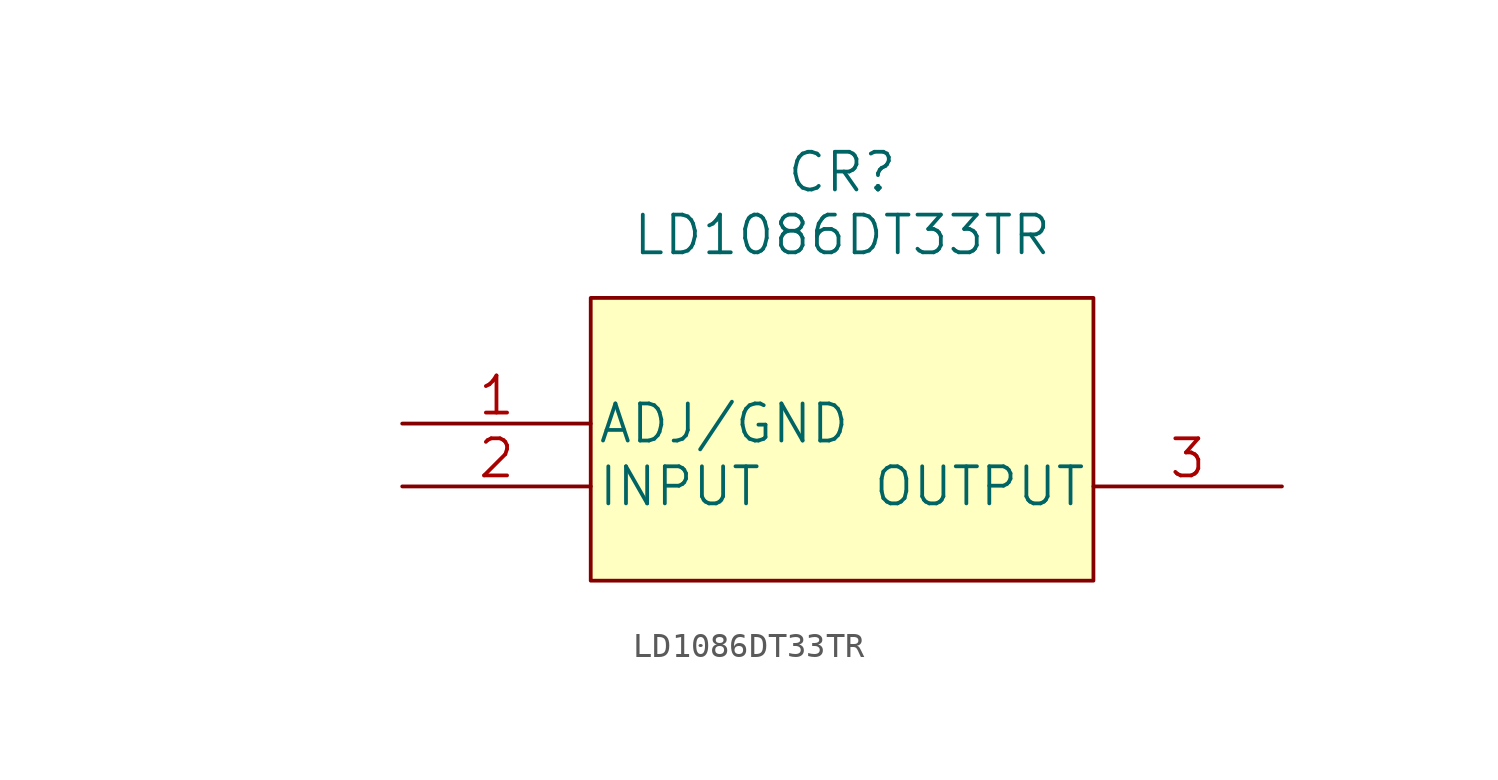
<source format=kicad_sym>
(kicad_symbol_lib
  (version 20211014)
  (generator kicad_symbol_editor)
  (symbol "LD1086DT33TR"
    (pin_names
      (offset 0.254))
    (property "Reference" "CR"
      (at 25.4 10.16 0)
      (effects (font (size 1.524 1.524))))
    (property "Value" "LD1086DT33TR"
      (at 25.4 7.62 0)
      (effects (font (size 1.524 1.524))))
    (property "Datasheet" ""
      (at 0 0 0)
      (effects (font (size 1.524 1.524))))
    (property "ki_locked" ""
      (at 0 0 0)
      (effects (font (size 1.27 1.27))))
    (symbol "LD1086DT33TR_1_1"
      (rectangle (start 15.24 5.08) (end 35.56 -6.35) (stroke (width 0) (type default) (color 0 0 0 0)) (fill (type background)))
      (pin power_in line (at 7.62 0 0) (length 7.62) (name "ADJ/GND" (effects (font (size 1.499 1.499)))) (number "1" (effects (font (size 1.499 1.499)))))
      (pin input line (at 7.62 -2.54 0) (length 7.62) (name "INPUT" (effects (font (size 1.499 1.499)))) (number "2" (effects (font (size 1.499 1.499)))))
      (pin output line (at 43.18 -2.54 180) (length 7.62) (name "OUTPUT" (effects (font (size 1.499 1.499)))) (number "3" (effects (font (size 1.499 1.499))))))))
</source>
